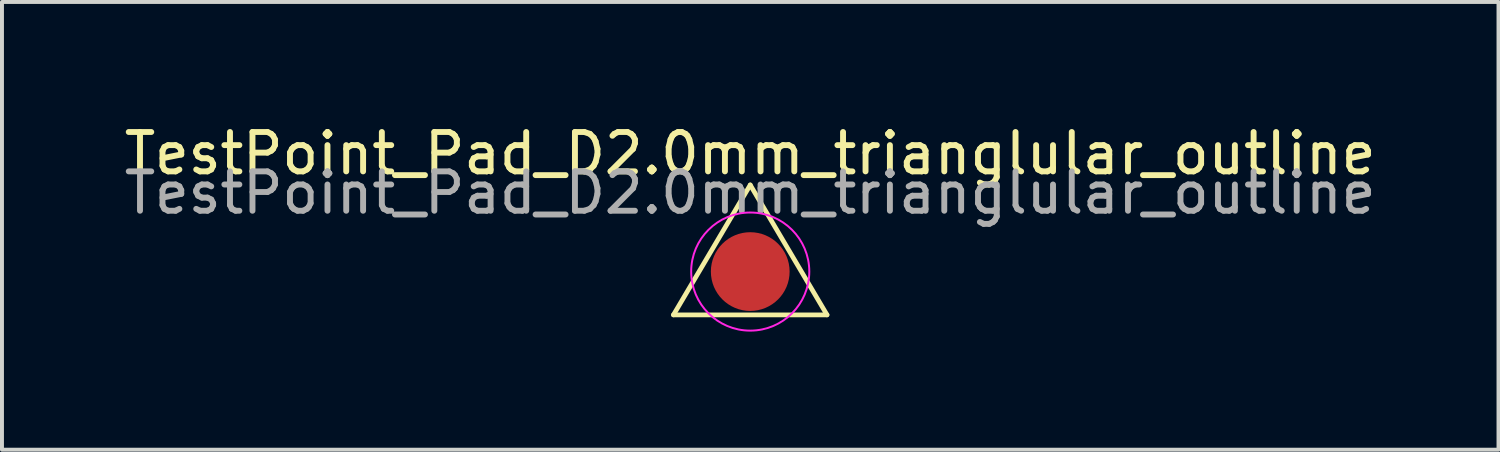
<source format=kicad_pcb>
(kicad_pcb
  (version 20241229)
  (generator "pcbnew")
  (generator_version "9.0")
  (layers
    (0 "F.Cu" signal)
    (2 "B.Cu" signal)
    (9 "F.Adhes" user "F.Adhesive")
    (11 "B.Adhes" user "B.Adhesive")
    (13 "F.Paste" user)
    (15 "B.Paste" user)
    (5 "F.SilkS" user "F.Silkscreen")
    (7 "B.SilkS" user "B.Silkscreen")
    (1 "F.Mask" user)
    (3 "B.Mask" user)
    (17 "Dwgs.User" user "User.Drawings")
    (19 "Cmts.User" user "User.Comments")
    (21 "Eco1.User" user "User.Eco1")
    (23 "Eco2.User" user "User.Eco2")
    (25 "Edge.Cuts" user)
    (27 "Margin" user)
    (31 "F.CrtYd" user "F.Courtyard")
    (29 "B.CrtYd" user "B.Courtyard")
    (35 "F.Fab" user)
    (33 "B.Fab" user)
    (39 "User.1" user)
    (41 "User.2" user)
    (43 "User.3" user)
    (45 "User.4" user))
  (footprint "TestPoint_Pad_D2.0mm_trianglular_outline"
    (layer "F.Cu")
    (at 16.006 3.848)
    (property "Reference" "TestPoint_Pad_D2.0mm_trianglular_outline" (at 0 -3 0) (layer "F.SilkS") (effects (font (size 1 1) (thickness 0.15))))
    (attr exclude_from_pos_files exclude_from_bom)
    (fp_line (start -1.95 1.1) (end 1.95 1.1) (stroke (width 0.12) (type default)) (layer "F.SilkS"))
    (fp_line (start 0 -2.2) (end -1.95 1.1) (stroke (width 0.12) (type default)) (layer "F.SilkS"))
    (fp_line (start 1.95 1.1) (end 0 -2.2) (stroke (width 0.12) (type default)) (layer "F.SilkS"))
    (fp_circle (center 0 0) (end 1.5 0) (stroke (width 0.05) (type solid)) (fill no) (layer "F.CrtYd"))
    (fp_text user "${REFERENCE}" (at 0 -2 0) (layer "F.Fab") (effects (font (size 1 1) (thickness 0.15))))
    (pad "1" smd circle (at 0 0) (size 2 2) (layers "F.Cu" "F.Mask")))
  (gr_rect
    (start -3 -3)
    (end 35.012 8.373)
    (stroke (width 0.1) (type default))
    (fill no)
    (layer "Edge.Cuts")))
</source>
